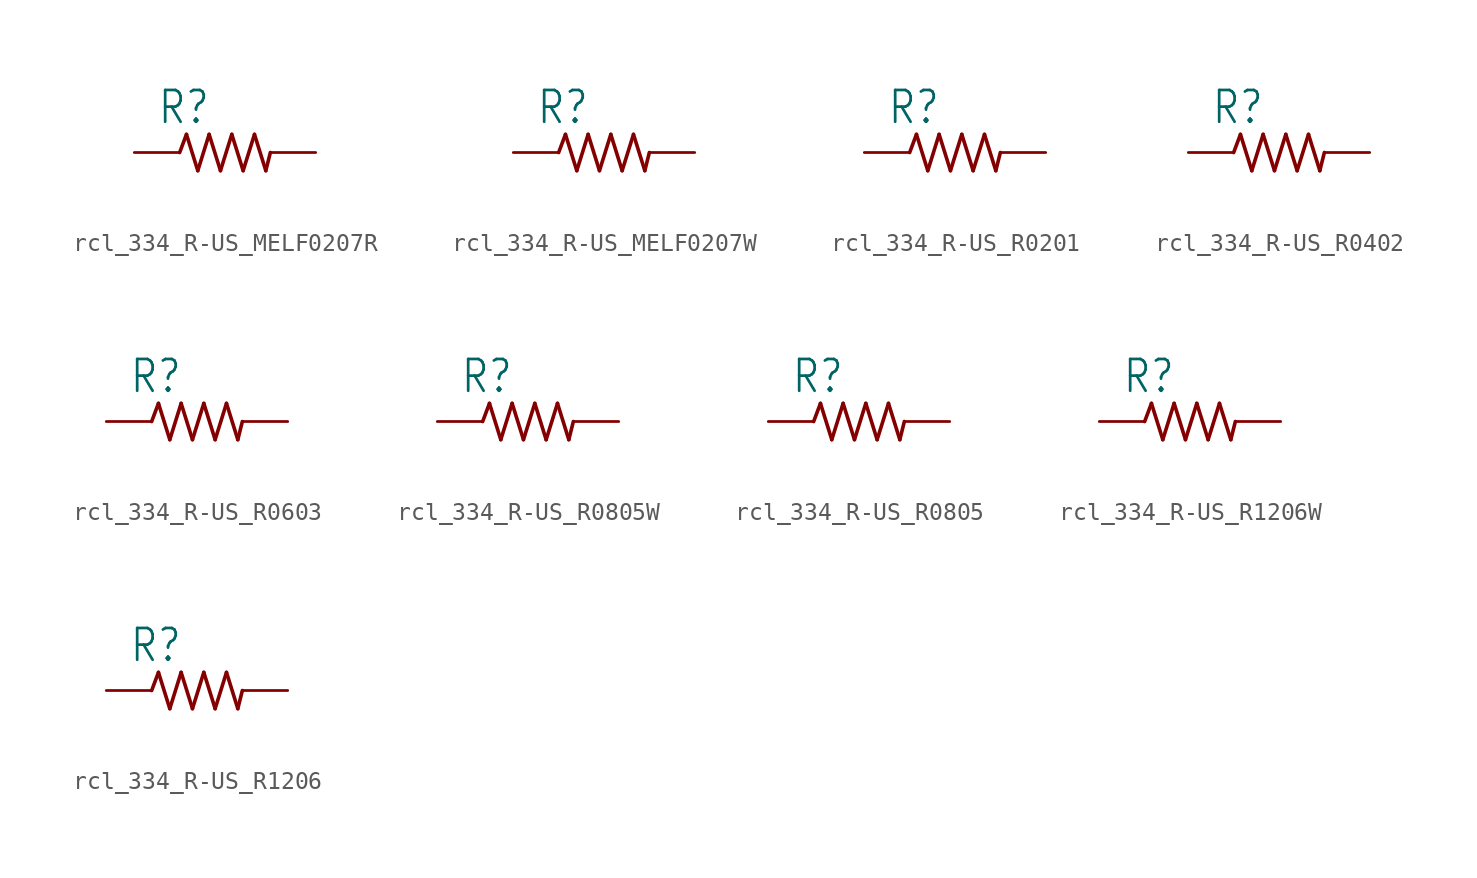
<source format=kicad_sym>
(kicad_symbol_lib
  (version 20241209)
  (generator "kicad_symbol_editor")
  (generator_version "9.0")
  (symbol "rcl_334_R-US_MELF0207R"
    (property "Reference" "R"
      (at -3.81 1.499 0)
      (effects (font (size 1.778 1.511)) (justify left bottom)))
    (property "Value" ""
      (at -3.81 -3.302 0)
      (effects (font (size 1.778 1.511)) (justify left bottom)))
    (property "ki_locked" ""
      (at 0 0 0)
      (effects (font (size 1.27 1.27))))
    (symbol "rcl_334_R-US_MELF0207R_1_0"
      (polyline (pts (xy -2.54 0) (xy -2.159 1.016)) (stroke (width 0.203) (type solid)) (fill (type none)))
      (polyline (pts (xy -2.159 1.016) (xy -1.524 -1.016)) (stroke (width 0.203) (type solid)) (fill (type none)))
      (polyline (pts (xy -1.524 -1.016) (xy -0.889 1.016)) (stroke (width 0.203) (type solid)) (fill (type none)))
      (polyline (pts (xy -0.889 1.016) (xy -0.254 -1.016)) (stroke (width 0.203) (type solid)) (fill (type none)))
      (polyline (pts (xy -0.254 -1.016) (xy 0.381 1.016)) (stroke (width 0.203) (type solid)) (fill (type none)))
      (polyline (pts (xy 0.381 1.016) (xy 1.016 -1.016)) (stroke (width 0.203) (type solid)) (fill (type none)))
      (polyline (pts (xy 1.016 -1.016) (xy 1.651 1.016)) (stroke (width 0.203) (type solid)) (fill (type none)))
      (polyline (pts (xy 1.651 1.016) (xy 2.286 -1.016)) (stroke (width 0.203) (type solid)) (fill (type none)))
      (polyline (pts (xy 2.286 -1.016) (xy 2.54 0)) (stroke (width 0.203) (type solid)) (fill (type none)))
      (pin passive line (at -5.08 0 0) (length 2.54) (name "1" (effects (font (size 0 0)))) (number "1" (effects (font (size 0 0)))))
      (pin passive line (at 5.08 0 180) (length 2.54) (name "2" (effects (font (size 0 0)))) (number "2" (effects (font (size 0 0)))))))
  (symbol "rcl_334_R-US_MELF0207W"
    (property "Reference" "R"
      (at -3.81 1.499 0)
      (effects (font (size 1.778 1.511)) (justify left bottom)))
    (property "Value" ""
      (at -3.81 -3.302 0)
      (effects (font (size 1.778 1.511)) (justify left bottom)))
    (property "ki_locked" ""
      (at 0 0 0)
      (effects (font (size 1.27 1.27))))
    (symbol "rcl_334_R-US_MELF0207W_1_0"
      (polyline (pts (xy -2.54 0) (xy -2.159 1.016)) (stroke (width 0.203) (type solid)) (fill (type none)))
      (polyline (pts (xy -2.159 1.016) (xy -1.524 -1.016)) (stroke (width 0.203) (type solid)) (fill (type none)))
      (polyline (pts (xy -1.524 -1.016) (xy -0.889 1.016)) (stroke (width 0.203) (type solid)) (fill (type none)))
      (polyline (pts (xy -0.889 1.016) (xy -0.254 -1.016)) (stroke (width 0.203) (type solid)) (fill (type none)))
      (polyline (pts (xy -0.254 -1.016) (xy 0.381 1.016)) (stroke (width 0.203) (type solid)) (fill (type none)))
      (polyline (pts (xy 0.381 1.016) (xy 1.016 -1.016)) (stroke (width 0.203) (type solid)) (fill (type none)))
      (polyline (pts (xy 1.016 -1.016) (xy 1.651 1.016)) (stroke (width 0.203) (type solid)) (fill (type none)))
      (polyline (pts (xy 1.651 1.016) (xy 2.286 -1.016)) (stroke (width 0.203) (type solid)) (fill (type none)))
      (polyline (pts (xy 2.286 -1.016) (xy 2.54 0)) (stroke (width 0.203) (type solid)) (fill (type none)))
      (pin passive line (at -5.08 0 0) (length 2.54) (name "1" (effects (font (size 0 0)))) (number "1" (effects (font (size 0 0)))))
      (pin passive line (at 5.08 0 180) (length 2.54) (name "2" (effects (font (size 0 0)))) (number "2" (effects (font (size 0 0)))))))
  (symbol "rcl_334_R-US_R0201"
    (property "Reference" "R"
      (at -3.81 1.499 0)
      (effects (font (size 1.778 1.511)) (justify left bottom)))
    (property "Value" ""
      (at -3.81 -3.302 0)
      (effects (font (size 1.778 1.511)) (justify left bottom)))
    (property "ki_locked" ""
      (at 0 0 0)
      (effects (font (size 1.27 1.27))))
    (symbol "rcl_334_R-US_R0201_1_0"
      (polyline (pts (xy -2.54 0) (xy -2.159 1.016)) (stroke (width 0.203) (type solid)) (fill (type none)))
      (polyline (pts (xy -2.159 1.016) (xy -1.524 -1.016)) (stroke (width 0.203) (type solid)) (fill (type none)))
      (polyline (pts (xy -1.524 -1.016) (xy -0.889 1.016)) (stroke (width 0.203) (type solid)) (fill (type none)))
      (polyline (pts (xy -0.889 1.016) (xy -0.254 -1.016)) (stroke (width 0.203) (type solid)) (fill (type none)))
      (polyline (pts (xy -0.254 -1.016) (xy 0.381 1.016)) (stroke (width 0.203) (type solid)) (fill (type none)))
      (polyline (pts (xy 0.381 1.016) (xy 1.016 -1.016)) (stroke (width 0.203) (type solid)) (fill (type none)))
      (polyline (pts (xy 1.016 -1.016) (xy 1.651 1.016)) (stroke (width 0.203) (type solid)) (fill (type none)))
      (polyline (pts (xy 1.651 1.016) (xy 2.286 -1.016)) (stroke (width 0.203) (type solid)) (fill (type none)))
      (polyline (pts (xy 2.286 -1.016) (xy 2.54 0)) (stroke (width 0.203) (type solid)) (fill (type none)))
      (pin passive line (at -5.08 0 0) (length 2.54) (name "1" (effects (font (size 0 0)))) (number "1" (effects (font (size 0 0)))))
      (pin passive line (at 5.08 0 180) (length 2.54) (name "2" (effects (font (size 0 0)))) (number "2" (effects (font (size 0 0)))))))
  (symbol "rcl_334_R-US_R0402"
    (property "Reference" "R"
      (at -3.81 1.499 0)
      (effects (font (size 1.778 1.511)) (justify left bottom)))
    (property "Value" ""
      (at -3.81 -3.302 0)
      (effects (font (size 1.778 1.511)) (justify left bottom)))
    (property "ki_locked" ""
      (at 0 0 0)
      (effects (font (size 1.27 1.27))))
    (symbol "rcl_334_R-US_R0402_1_0"
      (polyline (pts (xy -2.54 0) (xy -2.159 1.016)) (stroke (width 0.203) (type solid)) (fill (type none)))
      (polyline (pts (xy -2.159 1.016) (xy -1.524 -1.016)) (stroke (width 0.203) (type solid)) (fill (type none)))
      (polyline (pts (xy -1.524 -1.016) (xy -0.889 1.016)) (stroke (width 0.203) (type solid)) (fill (type none)))
      (polyline (pts (xy -0.889 1.016) (xy -0.254 -1.016)) (stroke (width 0.203) (type solid)) (fill (type none)))
      (polyline (pts (xy -0.254 -1.016) (xy 0.381 1.016)) (stroke (width 0.203) (type solid)) (fill (type none)))
      (polyline (pts (xy 0.381 1.016) (xy 1.016 -1.016)) (stroke (width 0.203) (type solid)) (fill (type none)))
      (polyline (pts (xy 1.016 -1.016) (xy 1.651 1.016)) (stroke (width 0.203) (type solid)) (fill (type none)))
      (polyline (pts (xy 1.651 1.016) (xy 2.286 -1.016)) (stroke (width 0.203) (type solid)) (fill (type none)))
      (polyline (pts (xy 2.286 -1.016) (xy 2.54 0)) (stroke (width 0.203) (type solid)) (fill (type none)))
      (pin passive line (at -5.08 0 0) (length 2.54) (name "1" (effects (font (size 0 0)))) (number "1" (effects (font (size 0 0)))))
      (pin passive line (at 5.08 0 180) (length 2.54) (name "2" (effects (font (size 0 0)))) (number "2" (effects (font (size 0 0)))))))
  (symbol "rcl_334_R-US_R0603"
    (property "Reference" "R"
      (at -3.81 1.499 0)
      (effects (font (size 1.778 1.511)) (justify left bottom)))
    (property "Value" ""
      (at -3.81 -3.302 0)
      (effects (font (size 1.778 1.511)) (justify left bottom)))
    (property "ki_locked" ""
      (at 0 0 0)
      (effects (font (size 1.27 1.27))))
    (symbol "rcl_334_R-US_R0603_1_0"
      (polyline (pts (xy -2.54 0) (xy -2.159 1.016)) (stroke (width 0.203) (type solid)) (fill (type none)))
      (polyline (pts (xy -2.159 1.016) (xy -1.524 -1.016)) (stroke (width 0.203) (type solid)) (fill (type none)))
      (polyline (pts (xy -1.524 -1.016) (xy -0.889 1.016)) (stroke (width 0.203) (type solid)) (fill (type none)))
      (polyline (pts (xy -0.889 1.016) (xy -0.254 -1.016)) (stroke (width 0.203) (type solid)) (fill (type none)))
      (polyline (pts (xy -0.254 -1.016) (xy 0.381 1.016)) (stroke (width 0.203) (type solid)) (fill (type none)))
      (polyline (pts (xy 0.381 1.016) (xy 1.016 -1.016)) (stroke (width 0.203) (type solid)) (fill (type none)))
      (polyline (pts (xy 1.016 -1.016) (xy 1.651 1.016)) (stroke (width 0.203) (type solid)) (fill (type none)))
      (polyline (pts (xy 1.651 1.016) (xy 2.286 -1.016)) (stroke (width 0.203) (type solid)) (fill (type none)))
      (polyline (pts (xy 2.286 -1.016) (xy 2.54 0)) (stroke (width 0.203) (type solid)) (fill (type none)))
      (pin passive line (at -5.08 0 0) (length 2.54) (name "1" (effects (font (size 0 0)))) (number "1" (effects (font (size 0 0)))))
      (pin passive line (at 5.08 0 180) (length 2.54) (name "2" (effects (font (size 0 0)))) (number "2" (effects (font (size 0 0)))))))
  (symbol "rcl_334_R-US_R0805W"
    (property "Reference" "R"
      (at -3.81 1.499 0)
      (effects (font (size 1.778 1.511)) (justify left bottom)))
    (property "Value" ""
      (at -3.81 -3.302 0)
      (effects (font (size 1.778 1.511)) (justify left bottom)))
    (property "ki_locked" ""
      (at 0 0 0)
      (effects (font (size 1.27 1.27))))
    (symbol "rcl_334_R-US_R0805W_1_0"
      (polyline (pts (xy -2.54 0) (xy -2.159 1.016)) (stroke (width 0.203) (type solid)) (fill (type none)))
      (polyline (pts (xy -2.159 1.016) (xy -1.524 -1.016)) (stroke (width 0.203) (type solid)) (fill (type none)))
      (polyline (pts (xy -1.524 -1.016) (xy -0.889 1.016)) (stroke (width 0.203) (type solid)) (fill (type none)))
      (polyline (pts (xy -0.889 1.016) (xy -0.254 -1.016)) (stroke (width 0.203) (type solid)) (fill (type none)))
      (polyline (pts (xy -0.254 -1.016) (xy 0.381 1.016)) (stroke (width 0.203) (type solid)) (fill (type none)))
      (polyline (pts (xy 0.381 1.016) (xy 1.016 -1.016)) (stroke (width 0.203) (type solid)) (fill (type none)))
      (polyline (pts (xy 1.016 -1.016) (xy 1.651 1.016)) (stroke (width 0.203) (type solid)) (fill (type none)))
      (polyline (pts (xy 1.651 1.016) (xy 2.286 -1.016)) (stroke (width 0.203) (type solid)) (fill (type none)))
      (polyline (pts (xy 2.286 -1.016) (xy 2.54 0)) (stroke (width 0.203) (type solid)) (fill (type none)))
      (pin passive line (at -5.08 0 0) (length 2.54) (name "1" (effects (font (size 0 0)))) (number "1" (effects (font (size 0 0)))))
      (pin passive line (at 5.08 0 180) (length 2.54) (name "2" (effects (font (size 0 0)))) (number "2" (effects (font (size 0 0)))))))
  (symbol "rcl_334_R-US_R0805"
    (property "Reference" "R"
      (at -3.81 1.499 0)
      (effects (font (size 1.778 1.511)) (justify left bottom)))
    (property "Value" ""
      (at -3.81 -3.302 0)
      (effects (font (size 1.778 1.511)) (justify left bottom)))
    (property "ki_locked" ""
      (at 0 0 0)
      (effects (font (size 1.27 1.27))))
    (symbol "rcl_334_R-US_R0805_1_0"
      (polyline (pts (xy -2.54 0) (xy -2.159 1.016)) (stroke (width 0.203) (type solid)) (fill (type none)))
      (polyline (pts (xy -2.159 1.016) (xy -1.524 -1.016)) (stroke (width 0.203) (type solid)) (fill (type none)))
      (polyline (pts (xy -1.524 -1.016) (xy -0.889 1.016)) (stroke (width 0.203) (type solid)) (fill (type none)))
      (polyline (pts (xy -0.889 1.016) (xy -0.254 -1.016)) (stroke (width 0.203) (type solid)) (fill (type none)))
      (polyline (pts (xy -0.254 -1.016) (xy 0.381 1.016)) (stroke (width 0.203) (type solid)) (fill (type none)))
      (polyline (pts (xy 0.381 1.016) (xy 1.016 -1.016)) (stroke (width 0.203) (type solid)) (fill (type none)))
      (polyline (pts (xy 1.016 -1.016) (xy 1.651 1.016)) (stroke (width 0.203) (type solid)) (fill (type none)))
      (polyline (pts (xy 1.651 1.016) (xy 2.286 -1.016)) (stroke (width 0.203) (type solid)) (fill (type none)))
      (polyline (pts (xy 2.286 -1.016) (xy 2.54 0)) (stroke (width 0.203) (type solid)) (fill (type none)))
      (pin passive line (at -5.08 0 0) (length 2.54) (name "1" (effects (font (size 0 0)))) (number "1" (effects (font (size 0 0)))))
      (pin passive line (at 5.08 0 180) (length 2.54) (name "2" (effects (font (size 0 0)))) (number "2" (effects (font (size 0 0)))))))
  (symbol "rcl_334_R-US_R1206W"
    (property "Reference" "R"
      (at -3.81 1.499 0)
      (effects (font (size 1.778 1.511)) (justify left bottom)))
    (property "Value" ""
      (at -3.81 -3.302 0)
      (effects (font (size 1.778 1.511)) (justify left bottom)))
    (property "ki_locked" ""
      (at 0 0 0)
      (effects (font (size 1.27 1.27))))
    (symbol "rcl_334_R-US_R1206W_1_0"
      (polyline (pts (xy -2.54 0) (xy -2.159 1.016)) (stroke (width 0.203) (type solid)) (fill (type none)))
      (polyline (pts (xy -2.159 1.016) (xy -1.524 -1.016)) (stroke (width 0.203) (type solid)) (fill (type none)))
      (polyline (pts (xy -1.524 -1.016) (xy -0.889 1.016)) (stroke (width 0.203) (type solid)) (fill (type none)))
      (polyline (pts (xy -0.889 1.016) (xy -0.254 -1.016)) (stroke (width 0.203) (type solid)) (fill (type none)))
      (polyline (pts (xy -0.254 -1.016) (xy 0.381 1.016)) (stroke (width 0.203) (type solid)) (fill (type none)))
      (polyline (pts (xy 0.381 1.016) (xy 1.016 -1.016)) (stroke (width 0.203) (type solid)) (fill (type none)))
      (polyline (pts (xy 1.016 -1.016) (xy 1.651 1.016)) (stroke (width 0.203) (type solid)) (fill (type none)))
      (polyline (pts (xy 1.651 1.016) (xy 2.286 -1.016)) (stroke (width 0.203) (type solid)) (fill (type none)))
      (polyline (pts (xy 2.286 -1.016) (xy 2.54 0)) (stroke (width 0.203) (type solid)) (fill (type none)))
      (pin passive line (at -5.08 0 0) (length 2.54) (name "1" (effects (font (size 0 0)))) (number "1" (effects (font (size 0 0)))))
      (pin passive line (at 5.08 0 180) (length 2.54) (name "2" (effects (font (size 0 0)))) (number "2" (effects (font (size 0 0)))))))
  (symbol "rcl_334_R-US_R1206"
    (property "Reference" "R"
      (at -3.81 1.499 0)
      (effects (font (size 1.778 1.511)) (justify left bottom)))
    (property "Value" ""
      (at -3.81 -3.302 0)
      (effects (font (size 1.778 1.511)) (justify left bottom)))
    (property "ki_locked" ""
      (at 0 0 0)
      (effects (font (size 1.27 1.27))))
    (symbol "rcl_334_R-US_R1206_1_0"
      (polyline (pts (xy -2.54 0) (xy -2.159 1.016)) (stroke (width 0.203) (type solid)) (fill (type none)))
      (polyline (pts (xy -2.159 1.016) (xy -1.524 -1.016)) (stroke (width 0.203) (type solid)) (fill (type none)))
      (polyline (pts (xy -1.524 -1.016) (xy -0.889 1.016)) (stroke (width 0.203) (type solid)) (fill (type none)))
      (polyline (pts (xy -0.889 1.016) (xy -0.254 -1.016)) (stroke (width 0.203) (type solid)) (fill (type none)))
      (polyline (pts (xy -0.254 -1.016) (xy 0.381 1.016)) (stroke (width 0.203) (type solid)) (fill (type none)))
      (polyline (pts (xy 0.381 1.016) (xy 1.016 -1.016)) (stroke (width 0.203) (type solid)) (fill (type none)))
      (polyline (pts (xy 1.016 -1.016) (xy 1.651 1.016)) (stroke (width 0.203) (type solid)) (fill (type none)))
      (polyline (pts (xy 1.651 1.016) (xy 2.286 -1.016)) (stroke (width 0.203) (type solid)) (fill (type none)))
      (polyline (pts (xy 2.286 -1.016) (xy 2.54 0)) (stroke (width 0.203) (type solid)) (fill (type none)))
      (pin passive line (at -5.08 0 0) (length 2.54) (name "1" (effects (font (size 0 0)))) (number "1" (effects (font (size 0 0)))))
      (pin passive line (at 5.08 0 180) (length 2.54) (name "2" (effects (font (size 0 0)))) (number "2" (effects (font (size 0 0))))))))
</source>
